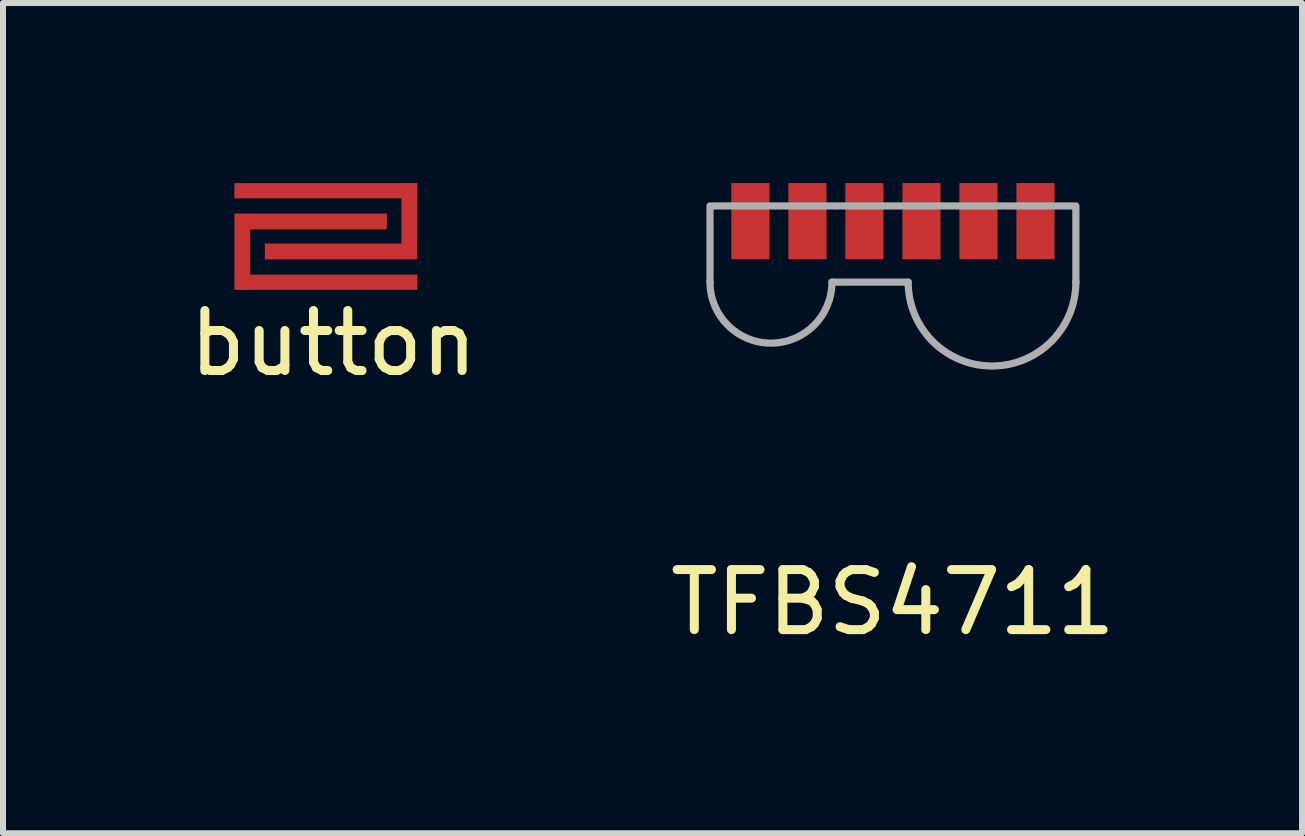
<source format=kicad_pcb>
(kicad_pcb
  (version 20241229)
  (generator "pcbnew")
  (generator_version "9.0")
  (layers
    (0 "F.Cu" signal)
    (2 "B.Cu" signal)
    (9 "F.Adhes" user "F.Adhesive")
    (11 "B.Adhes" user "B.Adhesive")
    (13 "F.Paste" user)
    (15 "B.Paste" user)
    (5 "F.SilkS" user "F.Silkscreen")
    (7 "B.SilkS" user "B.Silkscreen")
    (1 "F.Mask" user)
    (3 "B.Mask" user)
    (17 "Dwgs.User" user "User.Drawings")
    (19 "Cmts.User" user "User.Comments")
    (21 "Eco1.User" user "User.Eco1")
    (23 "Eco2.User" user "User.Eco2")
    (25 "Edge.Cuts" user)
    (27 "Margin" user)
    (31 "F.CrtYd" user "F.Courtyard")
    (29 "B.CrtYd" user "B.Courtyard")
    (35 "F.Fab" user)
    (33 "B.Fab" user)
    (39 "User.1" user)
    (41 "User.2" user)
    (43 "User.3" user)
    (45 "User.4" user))
  (footprint "TFBS4711"
    (layer "F.Cu")
    (at 11.827 0.635)
    (property "Reference" "TFBS4711" (at 0 6.35 0) (layer "F.SilkS") (effects (font (size 1 1) (thickness 0.15))))
    (attr through_hole)
    (fp_line (start -3.048 1.016) (end -3.048 -0.254) (stroke (width 0.12) (type solid)) (layer "F.Fab"))
    (fp_line (start -3 -0.254) (end 3 -0.254) (stroke (width 0.12) (type solid)) (layer "F.Fab"))
    (fp_line (start -1.016 1.016) (end 0.254 1.016) (stroke (width 0.12) (type solid)) (layer "F.Fab"))
    (fp_line (start 3.048 1.016) (end 3.048 -0.254) (stroke (width 0.12) (type solid)) (layer "F.Fab"))
    (fp_arc (start -1.016 1.016) (mid -2.032 2.032) (end -3.048 1.016) (stroke (width 0.12) (type solid)) (layer "F.Fab"))
    (fp_arc (start 3.048 1.016) (mid 1.651 2.413) (end 0.254 1.016) (stroke (width 0.12) (type solid)) (layer "F.Fab"))
    (pad "1" smd rect (at -2.375 0) (size 0.635 1.27) (layers "F.Cu" "F.Mask" "F.Paste"))
    (pad "2" smd rect (at -1.425 0) (size 0.635 1.27) (layers "F.Cu" "F.Mask" "F.Paste"))
    (pad "3" smd rect (at -0.475 0) (size 0.635 1.27) (layers "F.Cu" "F.Mask" "F.Paste"))
    (pad "4" smd rect (at 0.475 0) (size 0.635 1.27) (layers "F.Cu" "F.Mask" "F.Paste"))
    (pad "5" smd rect (at 1.425 0) (size 0.635 1.27) (layers "F.Cu" "F.Mask" "F.Paste"))
    (pad "6" smd rect (at 2.375 0) (size 0.635 1.27) (layers "F.Cu" "F.Mask" "F.Paste")))
  (footprint "button"
    (layer "F.Cu")
    (at 2.379 0.89)
    (property "Reference" "button" (at 0.127 1.778 0) (layer "F.SilkS") (effects (font (size 1 1) (thickness 0.15))))
    (attr through_hole)
    (pad "1" smd custom (at 0 -0.762) (size 3.048 0.254) (layers "F.Cu" "F.Mask") (options (anchor rect)) (primitives (gr_poly (pts (xy -1.016 1.144) (xy 1.523 1.144) (xy 1.523 -0.128) (xy 1.26 -0.128) (xy 1.26 0.88) (xy -1.016 0.88)) (width 0) (fill yes))))
    (pad "2" smd custom (at 0 0.762 180) (size 3.048 0.254) (layers "F.Cu" "F.Mask") (options (anchor rect)) (primitives (gr_poly (pts (xy -1.016 1.144) (xy 1.523 1.144) (xy 1.523 -0.128) (xy 1.26 -0.128) (xy 1.26 0.88) (xy -1.016 0.88)) (width 0) (fill yes)))))
  (gr_rect
    (start -3 -3)
    (end 18.643 10.833)
    (stroke (width 0.1) (type default))
    (fill no)
    (layer "Edge.Cuts")))
</source>
